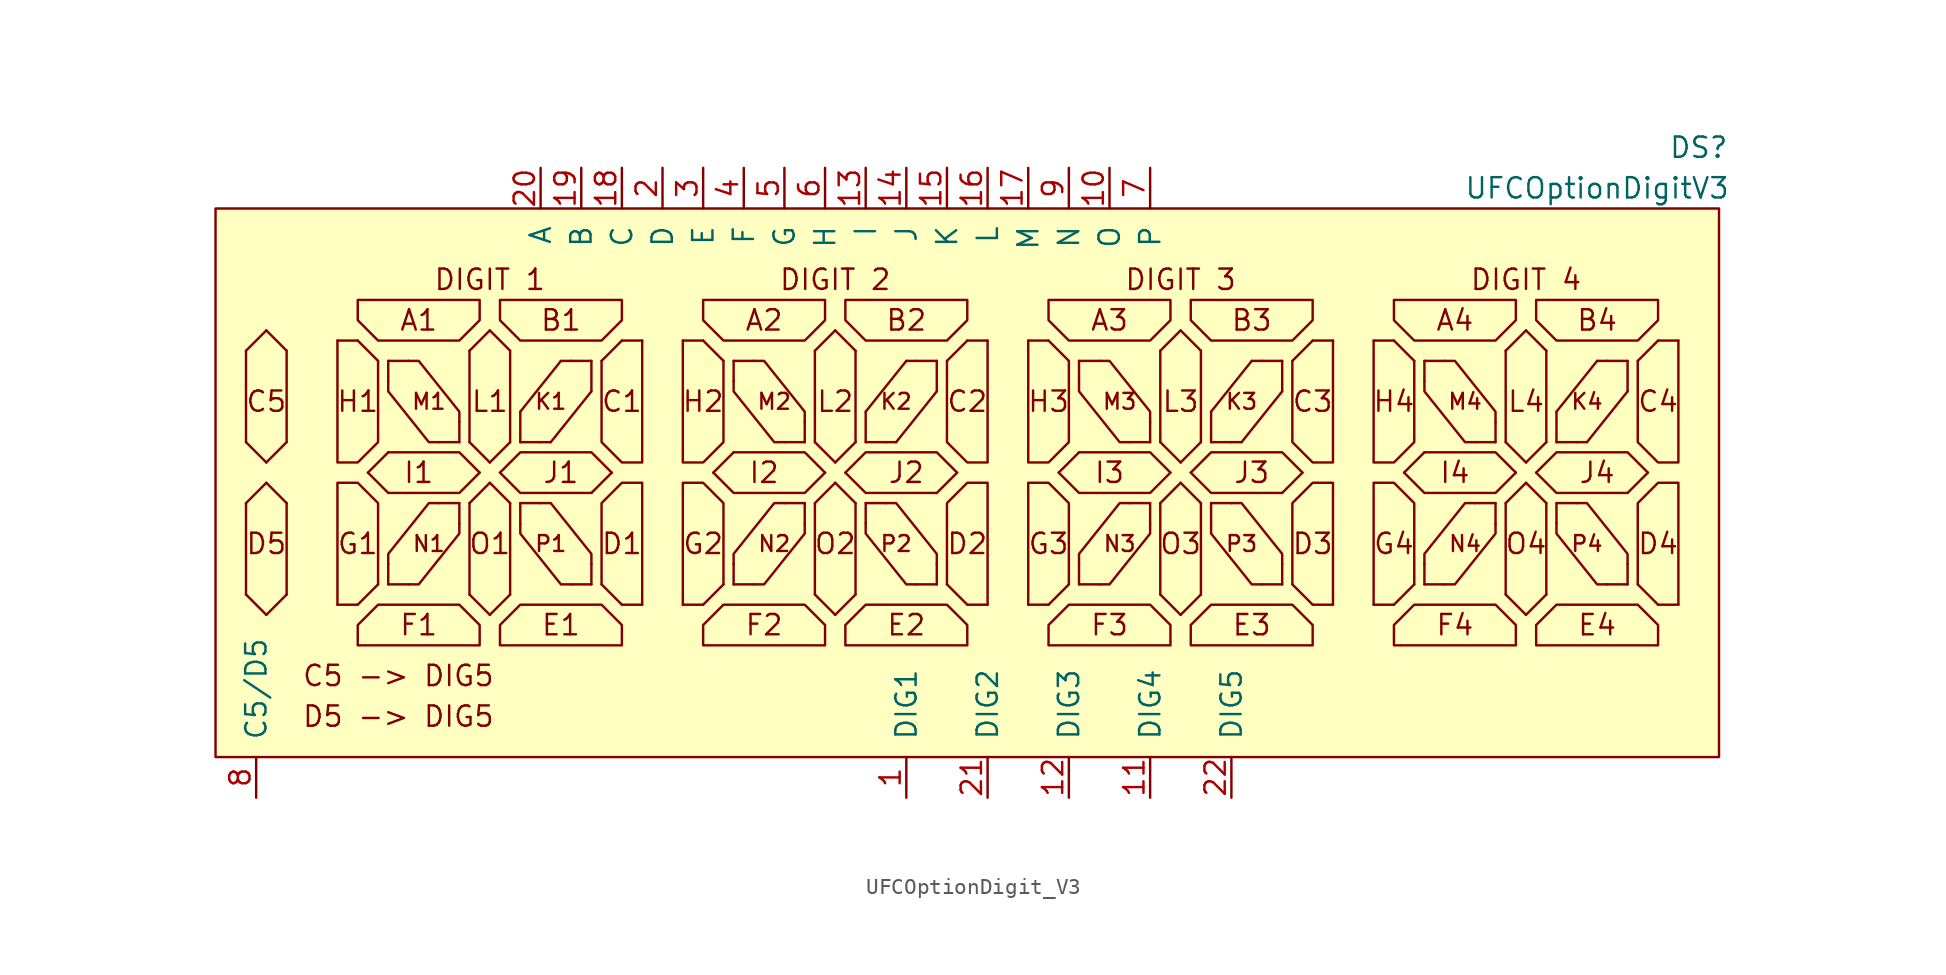
<source format=kicad_sym>
(kicad_symbol_lib
  (version 20231120)
  (generator "kicad_symbol_editor")
  (generator_version "8.0")
  (symbol "UFCOptionDigit_V3"
    (pin_names
      (offset 1.016))
    (property "Reference" "DS"
      (at 45.72 20.32 0)
      (effects (font (size 1.27 1.27))))
    (property "Value" "UFCOptionDigitV3"
      (at 39.37 17.78 0)
      (effects (font (size 1.27 1.27))))
    (symbol "UFCOptionDigit_V3_0_0"
      (rectangle (start -46.99 16.51) (end 46.99 -17.78) (stroke (width 0) (type default)) (fill (type background)))
      (polyline (pts (xy -27.94 1.905) (xy -27.94 3.81)) (stroke (width 0) (type default)) (fill (type none)))
      (polyline (pts (xy -27.94 3.81) (xy -25.4 6.985)) (stroke (width 0) (type default)) (fill (type none)))
      (polyline (pts (xy -26.67 1.905) (xy -26.035 1.905)) (stroke (width 0) (type default)) (fill (type none)))
      (polyline (pts (xy -26.035 1.905) (xy -23.495 5.08)) (stroke (width 0) (type default)) (fill (type none)))
      (polyline (pts (xy -24.765 6.985) (xy -25.4 6.985)) (stroke (width 0) (type default)) (fill (type none)))
      (polyline (pts (xy -23.495 6.985) (xy -23.495 5.08)) (stroke (width 0) (type default)) (fill (type none)))
      (polyline (pts (xy -6.35 1.905) (xy -6.35 3.81)) (stroke (width 0) (type default)) (fill (type none)))
      (polyline (pts (xy -6.35 3.81) (xy -3.81 6.985)) (stroke (width 0) (type default)) (fill (type none)))
      (polyline (pts (xy -5.08 1.905) (xy -4.445 1.905)) (stroke (width 0) (type default)) (fill (type none)))
      (polyline (pts (xy -4.445 1.905) (xy -1.905 5.08)) (stroke (width 0) (type default)) (fill (type none)))
      (polyline (pts (xy -3.175 6.985) (xy -3.81 6.985)) (stroke (width 0) (type default)) (fill (type none)))
      (polyline (pts (xy -1.905 6.985) (xy -1.905 5.08)) (stroke (width 0) (type default)) (fill (type none)))
      (polyline (pts (xy 15.24 1.905) (xy 15.24 3.81)) (stroke (width 0) (type default)) (fill (type none)))
      (polyline (pts (xy 15.24 3.81) (xy 17.78 6.985)) (stroke (width 0) (type default)) (fill (type none)))
      (polyline (pts (xy 16.51 1.905) (xy 17.145 1.905)) (stroke (width 0) (type default)) (fill (type none)))
      (polyline (pts (xy 17.145 1.905) (xy 19.685 5.08)) (stroke (width 0) (type default)) (fill (type none)))
      (polyline (pts (xy 18.415 6.985) (xy 17.78 6.985)) (stroke (width 0) (type default)) (fill (type none)))
      (polyline (pts (xy 19.685 6.985) (xy 19.685 5.08)) (stroke (width 0) (type default)) (fill (type none)))
      (polyline (pts (xy 36.83 1.905) (xy 36.83 3.81)) (stroke (width 0) (type default)) (fill (type none)))
      (polyline (pts (xy 36.83 3.81) (xy 39.37 6.985)) (stroke (width 0) (type default)) (fill (type none)))
      (polyline (pts (xy 38.1 1.905) (xy 38.735 1.905)) (stroke (width 0) (type default)) (fill (type none)))
      (polyline (pts (xy 38.735 1.905) (xy 41.275 5.08)) (stroke (width 0) (type default)) (fill (type none)))
      (polyline (pts (xy 40.005 6.985) (xy 39.37 6.985)) (stroke (width 0) (type default)) (fill (type none)))
      (polyline (pts (xy 41.275 6.985) (xy 41.275 5.08)) (stroke (width 0) (type default)) (fill (type none)))
      (polyline (pts (xy -36.195 -5.715) (xy -36.195 -5.08) (xy -33.655 -1.905) (xy -33.02 -1.905)) (stroke (width 0) (type default)) (fill (type none)))
      (polyline (pts (xy -34.925 6.985) (xy -34.29 6.985) (xy -31.75 3.81) (xy -31.75 3.175)) (stroke (width 0) (type default)) (fill (type none)))
      (polyline (pts (xy -33.02 1.905) (xy -33.655 1.905) (xy -36.195 5.08) (xy -36.195 5.715)) (stroke (width 0) (type default)) (fill (type none)))
      (polyline (pts (xy -31.75 -3.175) (xy -31.75 -3.81) (xy -34.29 -6.985) (xy -34.925 -6.985)) (stroke (width 0) (type default)) (fill (type none)))
      (polyline (pts (xy -27.94 -3.175) (xy -27.94 -3.81) (xy -25.4 -6.985) (xy -24.765 -6.985)) (stroke (width 0) (type default)) (fill (type none)))
      (polyline (pts (xy -23.495 -5.715) (xy -23.495 -5.08) (xy -26.035 -1.905) (xy -26.67 -1.905)) (stroke (width 0) (type default)) (fill (type none)))
      (polyline (pts (xy -14.605 -5.715) (xy -14.605 -5.08) (xy -12.065 -1.905) (xy -11.43 -1.905)) (stroke (width 0) (type default)) (fill (type none)))
      (polyline (pts (xy -13.335 6.985) (xy -12.7 6.985) (xy -10.16 3.81) (xy -10.16 3.175)) (stroke (width 0) (type default)) (fill (type none)))
      (polyline (pts (xy -11.43 1.905) (xy -12.065 1.905) (xy -14.605 5.08) (xy -14.605 5.715)) (stroke (width 0) (type default)) (fill (type none)))
      (polyline (pts (xy -10.16 -3.175) (xy -10.16 -3.81) (xy -12.7 -6.985) (xy -13.335 -6.985)) (stroke (width 0) (type default)) (fill (type none)))
      (polyline (pts (xy -6.35 -3.175) (xy -6.35 -3.81) (xy -3.81 -6.985) (xy -3.175 -6.985)) (stroke (width 0) (type default)) (fill (type none)))
      (polyline (pts (xy -1.905 -5.715) (xy -1.905 -5.08) (xy -4.445 -1.905) (xy -5.08 -1.905)) (stroke (width 0) (type default)) (fill (type none)))
      (polyline (pts (xy 6.985 -5.715) (xy 6.985 -5.08) (xy 9.525 -1.905) (xy 10.16 -1.905)) (stroke (width 0) (type default)) (fill (type none)))
      (polyline (pts (xy 8.255 6.985) (xy 8.89 6.985) (xy 11.43 3.81) (xy 11.43 3.175)) (stroke (width 0) (type default)) (fill (type none)))
      (polyline (pts (xy 10.16 1.905) (xy 9.525 1.905) (xy 6.985 5.08) (xy 6.985 5.715)) (stroke (width 0) (type default)) (fill (type none)))
      (polyline (pts (xy 11.43 -3.175) (xy 11.43 -3.81) (xy 8.89 -6.985) (xy 8.255 -6.985)) (stroke (width 0) (type default)) (fill (type none)))
      (polyline (pts (xy 15.24 -3.175) (xy 15.24 -3.81) (xy 17.78 -6.985) (xy 18.415 -6.985)) (stroke (width 0) (type default)) (fill (type none)))
      (polyline (pts (xy 19.685 -5.715) (xy 19.685 -5.08) (xy 17.145 -1.905) (xy 16.51 -1.905)) (stroke (width 0) (type default)) (fill (type none)))
      (polyline (pts (xy 28.575 -5.715) (xy 28.575 -5.08) (xy 31.115 -1.905) (xy 31.75 -1.905)) (stroke (width 0) (type default)) (fill (type none)))
      (polyline (pts (xy 29.845 6.985) (xy 30.48 6.985) (xy 33.02 3.81) (xy 33.02 3.175)) (stroke (width 0) (type default)) (fill (type none)))
      (polyline (pts (xy 31.75 1.905) (xy 31.115 1.905) (xy 28.575 5.08) (xy 28.575 5.715)) (stroke (width 0) (type default)) (fill (type none)))
      (polyline (pts (xy 33.02 -3.175) (xy 33.02 -3.81) (xy 30.48 -6.985) (xy 29.845 -6.985)) (stroke (width 0) (type default)) (fill (type none)))
      (polyline (pts (xy 36.83 -3.175) (xy 36.83 -3.81) (xy 39.37 -6.985) (xy 40.005 -6.985)) (stroke (width 0) (type default)) (fill (type none)))
      (polyline (pts (xy 41.275 -5.715) (xy 41.275 -5.08) (xy 38.735 -1.905) (xy 38.1 -1.905)) (stroke (width 0) (type default)) (fill (type none)))
      (text "A1" (at -34.29 9.525 0) (effects (font (size 1.27 1.27))))
      (text "A2" (at -12.7 9.525 0) (effects (font (size 1.27 1.27))))
      (text "A3" (at 8.89 9.525 0) (effects (font (size 1.27 1.27))))
      (text "A4" (at 30.48 9.525 0) (effects (font (size 1.27 1.27))))
      (text "B1" (at -25.4 9.525 0) (effects (font (size 1.27 1.27))))
      (text "B2" (at -3.81 9.525 0) (effects (font (size 1.27 1.27))))
      (text "B3" (at 17.78 9.525 0) (effects (font (size 1.27 1.27))))
      (text "B4" (at 39.37 9.525 0) (effects (font (size 1.27 1.27))))
      (text "C1" (at -21.59 4.445 0) (effects (font (size 1.27 1.27))))
      (text "C2" (at 0 4.445 0) (effects (font (size 1.27 1.27))))
      (text "C3" (at 21.59 4.445 0) (effects (font (size 1.27 1.27))))
      (text "C4" (at 43.18 4.445 0) (effects (font (size 1.27 1.27))))
      (text "C5" (at -43.815 4.445 0) (effects (font (size 1.27 1.27))))
      (text "D1" (at -21.59 -4.445 0) (effects (font (size 1.27 1.27))))
      (text "D2" (at 0 -4.445 0) (effects (font (size 1.27 1.27))))
      (text "D3" (at 21.59 -4.445 0) (effects (font (size 1.27 1.27))))
      (text "D4" (at 43.18 -4.445 0) (effects (font (size 1.27 1.27))))
      (text "D5" (at -43.815 -4.445 0) (effects (font (size 1.27 1.27))))
      (text "DIGIT 1" (at -29.845 12.065 0) (effects (font (size 1.27 1.27))))
      (text "DIGIT 2" (at -8.255 12.065 0) (effects (font (size 1.27 1.27))))
      (text "DIGIT 3" (at 13.335 12.065 0) (effects (font (size 1.27 1.27))))
      (text "DIGIT 4" (at 34.925 12.065 0) (effects (font (size 1.27 1.27))))
      (text "E1" (at -25.4 -9.525 0) (effects (font (size 1.27 1.27))))
      (text "E2" (at -3.81 -9.525 0) (effects (font (size 1.27 1.27))))
      (text "E3" (at 17.78 -9.525 0) (effects (font (size 1.27 1.27))))
      (text "E4" (at 39.37 -9.525 0) (effects (font (size 1.27 1.27))))
      (text "F1" (at -34.29 -9.525 0) (effects (font (size 1.27 1.27))))
      (text "F2" (at -12.7 -9.525 0) (effects (font (size 1.27 1.27))))
      (text "F3" (at 8.89 -9.525 0) (effects (font (size 1.27 1.27))))
      (text "F4" (at 30.48 -9.525 0) (effects (font (size 1.27 1.27))))
      (text "G1" (at -38.1 -4.445 0) (effects (font (size 1.27 1.27))))
      (text "G2" (at -16.51 -4.445 0) (effects (font (size 1.27 1.27))))
      (text "G3" (at 5.08 -4.445 0) (effects (font (size 1.27 1.27))))
      (text "G4" (at 26.67 -4.445 0) (effects (font (size 1.27 1.27))))
      (text "H1" (at -38.1 4.445 0) (effects (font (size 1.27 1.27))))
      (text "H2" (at -16.51 4.445 0) (effects (font (size 1.27 1.27))))
      (text "H3" (at 5.08 4.445 0) (effects (font (size 1.27 1.27))))
      (text "H4" (at 26.67 4.445 0) (effects (font (size 1.27 1.27))))
      (text "I1" (at -34.29 0 0) (effects (font (size 1.27 1.27))))
      (text "I2" (at -12.7 0 0) (effects (font (size 1.27 1.27))))
      (text "I3" (at 8.89 0 0) (effects (font (size 1.27 1.27))))
      (text "I4" (at 30.48 0 0) (effects (font (size 1.27 1.27))))
      (text "J1" (at -25.4 0 0) (effects (font (size 1.27 1.27))))
      (text "J2" (at -3.81 0 0) (effects (font (size 1.27 1.27))))
      (text "J3" (at 17.78 0 0) (effects (font (size 1.27 1.27))))
      (text "J4" (at 39.37 0 0) (effects (font (size 1.27 1.27))))
      (text "K1" (at -26.035 4.445 0) (effects (font (size 0.991 0.991))))
      (text "K2" (at -4.445 4.445 0) (effects (font (size 0.991 0.991))))
      (text "K3" (at 17.145 4.445 0) (effects (font (size 0.991 0.991))))
      (text "K4" (at 38.735 4.445 0) (effects (font (size 0.991 0.991))))
      (text "L1" (at -29.845 4.445 0) (effects (font (size 1.27 1.27))))
      (text "L2" (at -8.255 4.445 0) (effects (font (size 1.27 1.27))))
      (text "L3" (at 13.335 4.445 0) (effects (font (size 1.27 1.27))))
      (text "L4" (at 34.925 4.445 0) (effects (font (size 1.27 1.27))))
      (text "M1" (at -33.655 4.445 0) (effects (font (size 0.991 0.991))))
      (text "M2" (at -12.065 4.445 0) (effects (font (size 0.991 0.991))))
      (text "M3" (at 9.525 4.445 0) (effects (font (size 0.991 0.991))))
      (text "M4" (at 31.115 4.445 0) (effects (font (size 0.991 0.991))))
      (text "N1" (at -33.655 -4.445 0) (effects (font (size 0.991 0.991))))
      (text "N2" (at -12.065 -4.445 0) (effects (font (size 0.991 0.991))))
      (text "N3" (at 9.525 -4.445 0) (effects (font (size 0.991 0.991))))
      (text "N4" (at 31.115 -4.445 0) (effects (font (size 0.991 0.991))))
      (text "O1" (at -29.845 -4.445 0) (effects (font (size 1.27 1.27))))
      (text "O2" (at -8.255 -4.445 0) (effects (font (size 1.27 1.27))))
      (text "O3" (at 13.335 -4.445 0) (effects (font (size 1.27 1.27))))
      (text "O4" (at 34.925 -4.445 0) (effects (font (size 1.27 1.27))))
      (text "P1" (at -26.035 -4.445 0) (effects (font (size 0.991 0.991))))
      (text "P2" (at -4.445 -4.445 0) (effects (font (size 0.991 0.991))))
      (text "P3" (at 17.145 -4.445 0) (effects (font (size 0.991 0.991))))
      (text "P4" (at 38.735 -4.445 0) (effects (font (size 0.991 0.991))))
      (pin input line (at -3.81 -20.32 90) (length 2.54) (name "DIG1" (effects (font (size 1.27 1.27)))) (number "1" (effects (font (size 1.27 1.27)))))
      (pin input line (at 8.89 19.05 270) (length 2.54) (name "O" (effects (font (size 1.27 1.27)))) (number "10" (effects (font (size 1.27 1.27)))))
      (pin input line (at 11.43 -20.32 90) (length 2.54) (name "DIG4" (effects (font (size 1.27 1.27)))) (number "11" (effects (font (size 1.27 1.27)))))
      (pin input line (at 6.35 -20.32 90) (length 2.54) (name "DIG3" (effects (font (size 1.27 1.27)))) (number "12" (effects (font (size 1.27 1.27)))))
      (pin input line (at -6.35 19.05 270) (length 2.54) (name "I" (effects (font (size 1.27 1.27)))) (number "13" (effects (font (size 1.27 1.27)))))
      (pin input line (at -3.81 19.05 270) (length 2.54) (name "J" (effects (font (size 1.27 1.27)))) (number "14" (effects (font (size 1.27 1.27)))))
      (pin input line (at -1.27 19.05 270) (length 2.54) (name "K" (effects (font (size 1.27 1.27)))) (number "15" (effects (font (size 1.27 1.27)))))
      (pin input line (at 1.27 19.05 270) (length 2.54) (name "L" (effects (font (size 1.27 1.27)))) (number "16" (effects (font (size 1.27 1.27)))))
      (pin input line (at 3.81 19.05 270) (length 2.54) (name "M" (effects (font (size 1.27 1.27)))) (number "17" (effects (font (size 1.27 1.27)))))
      (pin input line (at -21.59 19.05 270) (length 2.54) (name "C" (effects (font (size 1.27 1.27)))) (number "18" (effects (font (size 1.27 1.27)))))
      (pin input line (at -24.13 19.05 270) (length 2.54) (name "B" (effects (font (size 1.27 1.27)))) (number "19" (effects (font (size 1.27 1.27)))))
      (pin input line (at -19.05 19.05 270) (length 2.54) (name "D" (effects (font (size 1.27 1.27)))) (number "2" (effects (font (size 1.27 1.27)))))
      (pin input line (at -26.67 19.05 270) (length 2.54) (name "A" (effects (font (size 1.27 1.27)))) (number "20" (effects (font (size 1.27 1.27)))))
      (pin input line (at 1.27 -20.32 90) (length 2.54) (name "DIG2" (effects (font (size 1.27 1.27)))) (number "21" (effects (font (size 1.27 1.27)))))
      (pin input line (at -16.51 19.05 270) (length 2.54) (name "E" (effects (font (size 1.27 1.27)))) (number "3" (effects (font (size 1.27 1.27)))))
      (pin input line (at -13.97 19.05 270) (length 2.54) (name "F" (effects (font (size 1.27 1.27)))) (number "4" (effects (font (size 1.27 1.27)))))
      (pin input line (at -11.43 19.05 270) (length 2.54) (name "G" (effects (font (size 1.27 1.27)))) (number "5" (effects (font (size 1.27 1.27)))))
      (pin input line (at -8.89 19.05 270) (length 2.54) (name "H" (effects (font (size 1.27 1.27)))) (number "6" (effects (font (size 1.27 1.27)))))
      (pin input line (at 11.43 19.05 270) (length 2.54) (name "P" (effects (font (size 1.27 1.27)))) (number "7" (effects (font (size 1.27 1.27)))))
      (pin input line (at -44.45 -20.32 90) (length 2.54) (name "C5/D5" (effects (font (size 1.27 1.27)))) (number "8" (effects (font (size 1.27 1.27)))))
      (pin input line (at 6.35 19.05 270) (length 2.54) (name "N" (effects (font (size 1.27 1.27)))) (number "9" (effects (font (size 1.27 1.27))))))
    (symbol "UFCOptionDigit_V3_0_1"
      (polyline (pts (xy -45.085 -7.62) (xy -45.085 -1.905)) (stroke (width 0) (type default)) (fill (type none)))
      (polyline (pts (xy -45.085 -1.905) (xy -43.815 -0.635)) (stroke (width 0) (type default)) (fill (type none)))
      (polyline (pts (xy -45.085 7.62) (xy -45.085 1.905)) (stroke (width 0) (type default)) (fill (type none)))
      (polyline (pts (xy -43.815 -8.89) (xy -45.085 -7.62)) (stroke (width 0) (type default)) (fill (type none)))
      (polyline (pts (xy -43.815 -8.89) (xy -42.545 -7.62)) (stroke (width 0) (type default)) (fill (type none)))
      (polyline (pts (xy -43.815 -0.635) (xy -42.545 -1.905)) (stroke (width 0) (type default)) (fill (type none)))
      (polyline (pts (xy -43.815 0.635) (xy -45.085 1.905)) (stroke (width 0) (type default)) (fill (type none)))
      (polyline (pts (xy -43.815 8.89) (xy -45.085 7.62)) (stroke (width 0) (type default)) (fill (type none)))
      (polyline (pts (xy -43.815 8.89) (xy -42.545 7.62)) (stroke (width 0) (type default)) (fill (type none)))
      (polyline (pts (xy -42.545 -7.62) (xy -42.545 -1.905)) (stroke (width 0) (type default)) (fill (type none)))
      (polyline (pts (xy -42.545 1.905) (xy -43.815 0.635)) (stroke (width 0) (type default)) (fill (type none)))
      (polyline (pts (xy -42.545 7.62) (xy -42.545 1.905)) (stroke (width 0) (type default)) (fill (type none)))
      (polyline (pts (xy -39.37 -8.255) (xy -38.1 -8.255)) (stroke (width 0) (type default)) (fill (type none)))
      (polyline (pts (xy -38.1 8.255) (xy -39.37 8.255)) (stroke (width 0) (type default)) (fill (type none)))
      (polyline (pts (xy -38.1 8.255) (xy -36.83 6.985)) (stroke (width 0) (type default)) (fill (type none)))
      (polyline (pts (xy -36.83 -6.985) (xy -38.1 -8.255)) (stroke (width 0) (type default)) (fill (type none)))
      (polyline (pts (xy -36.195 -6.985) (xy -36.195 -5.715)) (stroke (width 0) (type default)) (fill (type none)))
      (polyline (pts (xy -36.195 -6.985) (xy -34.925 -6.985)) (stroke (width 0) (type default)) (fill (type none)))
      (polyline (pts (xy -36.195 1.27) (xy -37.465 0)) (stroke (width 0) (type default)) (fill (type none)))
      (polyline (pts (xy -36.195 6.985) (xy -36.195 5.715)) (stroke (width 0) (type default)) (fill (type none)))
      (polyline (pts (xy -36.195 6.985) (xy -34.925 6.985)) (stroke (width 0) (type default)) (fill (type none)))
      (polyline (pts (xy -31.75 -1.905) (xy -33.02 -1.905)) (stroke (width 0) (type default)) (fill (type none)))
      (polyline (pts (xy -31.75 -1.905) (xy -31.75 -3.175)) (stroke (width 0) (type default)) (fill (type none)))
      (polyline (pts (xy -31.75 1.905) (xy -33.02 1.905)) (stroke (width 0) (type default)) (fill (type none)))
      (polyline (pts (xy -31.75 1.905) (xy -31.75 3.175)) (stroke (width 0) (type default)) (fill (type none)))
      (polyline (pts (xy -31.115 -7.62) (xy -31.115 -1.905)) (stroke (width 0) (type default)) (fill (type none)))
      (polyline (pts (xy -31.115 -1.905) (xy -29.845 -0.635)) (stroke (width 0) (type default)) (fill (type none)))
      (polyline (pts (xy -31.115 7.62) (xy -31.115 1.905)) (stroke (width 0) (type default)) (fill (type none)))
      (polyline (pts (xy -29.845 -8.89) (xy -31.115 -7.62)) (stroke (width 0) (type default)) (fill (type none)))
      (polyline (pts (xy -29.845 -8.89) (xy -28.575 -7.62)) (stroke (width 0) (type default)) (fill (type none)))
      (polyline (pts (xy -29.845 -0.635) (xy -28.575 -1.905)) (stroke (width 0) (type default)) (fill (type none)))
      (polyline (pts (xy -29.845 0.635) (xy -31.115 1.905)) (stroke (width 0) (type default)) (fill (type none)))
      (polyline (pts (xy -29.845 8.89) (xy -31.115 7.62)) (stroke (width 0) (type default)) (fill (type none)))
      (polyline (pts (xy -29.845 8.89) (xy -28.575 7.62)) (stroke (width 0) (type default)) (fill (type none)))
      (polyline (pts (xy -28.575 -7.62) (xy -28.575 -1.905)) (stroke (width 0) (type default)) (fill (type none)))
      (polyline (pts (xy -28.575 1.905) (xy -29.845 0.635)) (stroke (width 0) (type default)) (fill (type none)))
      (polyline (pts (xy -28.575 7.62) (xy -28.575 1.905)) (stroke (width 0) (type default)) (fill (type none)))
      (polyline (pts (xy -27.94 -1.905) (xy -27.94 -3.175)) (stroke (width 0) (type default)) (fill (type none)))
      (polyline (pts (xy -27.94 -1.905) (xy -26.67 -1.905)) (stroke (width 0) (type default)) (fill (type none)))
      (polyline (pts (xy -27.94 1.905) (xy -26.67 1.905)) (stroke (width 0) (type default)) (fill (type none)))
      (polyline (pts (xy -23.495 -6.985) (xy -24.765 -6.985)) (stroke (width 0) (type default)) (fill (type none)))
      (polyline (pts (xy -23.495 -6.985) (xy -23.495 -5.715)) (stroke (width 0) (type default)) (fill (type none)))
      (polyline (pts (xy -23.495 -1.27) (xy -22.225 0)) (stroke (width 0) (type default)) (fill (type none)))
      (polyline (pts (xy -23.495 6.985) (xy -24.765 6.985)) (stroke (width 0) (type default)) (fill (type none)))
      (polyline (pts (xy -22.86 6.985) (xy -21.59 8.255)) (stroke (width 0) (type default)) (fill (type none)))
      (polyline (pts (xy -21.59 -8.255) (xy -22.86 -6.985)) (stroke (width 0) (type default)) (fill (type none)))
      (polyline (pts (xy -21.59 -8.255) (xy -20.32 -8.255)) (stroke (width 0) (type default)) (fill (type none)))
      (polyline (pts (xy -20.32 8.255) (xy -21.59 8.255)) (stroke (width 0) (type default)) (fill (type none)))
      (polyline (pts (xy -17.78 -8.255) (xy -16.51 -8.255)) (stroke (width 0) (type default)) (fill (type none)))
      (polyline (pts (xy -16.51 8.255) (xy -17.78 8.255)) (stroke (width 0) (type default)) (fill (type none)))
      (polyline (pts (xy -16.51 8.255) (xy -15.24 6.985)) (stroke (width 0) (type default)) (fill (type none)))
      (polyline (pts (xy -15.24 -6.985) (xy -16.51 -8.255)) (stroke (width 0) (type default)) (fill (type none)))
      (polyline (pts (xy -14.605 -6.985) (xy -14.605 -5.715)) (stroke (width 0) (type default)) (fill (type none)))
      (polyline (pts (xy -14.605 -6.985) (xy -13.335 -6.985)) (stroke (width 0) (type default)) (fill (type none)))
      (polyline (pts (xy -14.605 1.27) (xy -15.875 0)) (stroke (width 0) (type default)) (fill (type none)))
      (polyline (pts (xy -14.605 6.985) (xy -14.605 5.715)) (stroke (width 0) (type default)) (fill (type none)))
      (polyline (pts (xy -14.605 6.985) (xy -13.335 6.985)) (stroke (width 0) (type default)) (fill (type none)))
      (polyline (pts (xy -10.16 -1.905) (xy -11.43 -1.905)) (stroke (width 0) (type default)) (fill (type none)))
      (polyline (pts (xy -10.16 -1.905) (xy -10.16 -3.175)) (stroke (width 0) (type default)) (fill (type none)))
      (polyline (pts (xy -10.16 1.905) (xy -11.43 1.905)) (stroke (width 0) (type default)) (fill (type none)))
      (polyline (pts (xy -10.16 1.905) (xy -10.16 3.175)) (stroke (width 0) (type default)) (fill (type none)))
      (polyline (pts (xy -9.525 -7.62) (xy -9.525 -1.905)) (stroke (width 0) (type default)) (fill (type none)))
      (polyline (pts (xy -9.525 -1.905) (xy -8.255 -0.635)) (stroke (width 0) (type default)) (fill (type none)))
      (polyline (pts (xy -9.525 7.62) (xy -9.525 1.905)) (stroke (width 0) (type default)) (fill (type none)))
      (polyline (pts (xy -8.255 -8.89) (xy -9.525 -7.62)) (stroke (width 0) (type default)) (fill (type none)))
      (polyline (pts (xy -8.255 -8.89) (xy -6.985 -7.62)) (stroke (width 0) (type default)) (fill (type none)))
      (polyline (pts (xy -8.255 -0.635) (xy -6.985 -1.905)) (stroke (width 0) (type default)) (fill (type none)))
      (polyline (pts (xy -8.255 0.635) (xy -9.525 1.905)) (stroke (width 0) (type default)) (fill (type none)))
      (polyline (pts (xy -8.255 8.89) (xy -9.525 7.62)) (stroke (width 0) (type default)) (fill (type none)))
      (polyline (pts (xy -8.255 8.89) (xy -6.985 7.62)) (stroke (width 0) (type default)) (fill (type none)))
      (polyline (pts (xy -6.985 -7.62) (xy -6.985 -1.905)) (stroke (width 0) (type default)) (fill (type none)))
      (polyline (pts (xy -6.985 1.905) (xy -8.255 0.635)) (stroke (width 0) (type default)) (fill (type none)))
      (polyline (pts (xy -6.985 7.62) (xy -6.985 1.905)) (stroke (width 0) (type default)) (fill (type none)))
      (polyline (pts (xy -6.35 -1.905) (xy -6.35 -3.175)) (stroke (width 0) (type default)) (fill (type none)))
      (polyline (pts (xy -6.35 -1.905) (xy -5.08 -1.905)) (stroke (width 0) (type default)) (fill (type none)))
      (polyline (pts (xy -6.35 1.905) (xy -5.08 1.905)) (stroke (width 0) (type default)) (fill (type none)))
      (polyline (pts (xy -1.905 -6.985) (xy -3.175 -6.985)) (stroke (width 0) (type default)) (fill (type none)))
      (polyline (pts (xy -1.905 -6.985) (xy -1.905 -5.715)) (stroke (width 0) (type default)) (fill (type none)))
      (polyline (pts (xy -1.905 -1.27) (xy -0.635 0)) (stroke (width 0) (type default)) (fill (type none)))
      (polyline (pts (xy -1.905 6.985) (xy -3.175 6.985)) (stroke (width 0) (type default)) (fill (type none)))
      (polyline (pts (xy -1.27 6.985) (xy 0 8.255)) (stroke (width 0) (type default)) (fill (type none)))
      (polyline (pts (xy 0 -8.255) (xy -1.27 -6.985)) (stroke (width 0) (type default)) (fill (type none)))
      (polyline (pts (xy 0 -8.255) (xy 1.27 -8.255)) (stroke (width 0) (type default)) (fill (type none)))
      (polyline (pts (xy 1.27 8.255) (xy 0 8.255)) (stroke (width 0) (type default)) (fill (type none)))
      (polyline (pts (xy 3.81 -8.255) (xy 5.08 -8.255)) (stroke (width 0) (type default)) (fill (type none)))
      (polyline (pts (xy 5.08 8.255) (xy 3.81 8.255)) (stroke (width 0) (type default)) (fill (type none)))
      (polyline (pts (xy 5.08 8.255) (xy 6.35 6.985)) (stroke (width 0) (type default)) (fill (type none)))
      (polyline (pts (xy 6.35 -6.985) (xy 5.08 -8.255)) (stroke (width 0) (type default)) (fill (type none)))
      (polyline (pts (xy 6.985 -6.985) (xy 6.985 -5.715)) (stroke (width 0) (type default)) (fill (type none)))
      (polyline (pts (xy 6.985 -6.985) (xy 8.255 -6.985)) (stroke (width 0) (type default)) (fill (type none)))
      (polyline (pts (xy 6.985 1.27) (xy 5.715 0)) (stroke (width 0) (type default)) (fill (type none)))
      (polyline (pts (xy 6.985 6.985) (xy 6.985 5.715)) (stroke (width 0) (type default)) (fill (type none)))
      (polyline (pts (xy 6.985 6.985) (xy 8.255 6.985)) (stroke (width 0) (type default)) (fill (type none)))
      (polyline (pts (xy 11.43 -1.905) (xy 10.16 -1.905)) (stroke (width 0) (type default)) (fill (type none)))
      (polyline (pts (xy 11.43 -1.905) (xy 11.43 -3.175)) (stroke (width 0) (type default)) (fill (type none)))
      (polyline (pts (xy 11.43 1.905) (xy 10.16 1.905)) (stroke (width 0) (type default)) (fill (type none)))
      (polyline (pts (xy 11.43 1.905) (xy 11.43 3.175)) (stroke (width 0) (type default)) (fill (type none)))
      (polyline (pts (xy 12.065 -7.62) (xy 12.065 -1.905)) (stroke (width 0) (type default)) (fill (type none)))
      (polyline (pts (xy 12.065 -1.905) (xy 13.335 -0.635)) (stroke (width 0) (type default)) (fill (type none)))
      (polyline (pts (xy 12.065 7.62) (xy 12.065 1.905)) (stroke (width 0) (type default)) (fill (type none)))
      (polyline (pts (xy 13.335 -8.89) (xy 12.065 -7.62)) (stroke (width 0) (type default)) (fill (type none)))
      (polyline (pts (xy 13.335 -8.89) (xy 14.605 -7.62)) (stroke (width 0) (type default)) (fill (type none)))
      (polyline (pts (xy 13.335 -0.635) (xy 14.605 -1.905)) (stroke (width 0) (type default)) (fill (type none)))
      (polyline (pts (xy 13.335 0.635) (xy 12.065 1.905)) (stroke (width 0) (type default)) (fill (type none)))
      (polyline (pts (xy 13.335 8.89) (xy 12.065 7.62)) (stroke (width 0) (type default)) (fill (type none)))
      (polyline (pts (xy 13.335 8.89) (xy 14.605 7.62)) (stroke (width 0) (type default)) (fill (type none)))
      (polyline (pts (xy 14.605 -7.62) (xy 14.605 -1.905)) (stroke (width 0) (type default)) (fill (type none)))
      (polyline (pts (xy 14.605 1.905) (xy 13.335 0.635)) (stroke (width 0) (type default)) (fill (type none)))
      (polyline (pts (xy 14.605 7.62) (xy 14.605 1.905)) (stroke (width 0) (type default)) (fill (type none)))
      (polyline (pts (xy 15.24 -1.905) (xy 15.24 -3.175)) (stroke (width 0) (type default)) (fill (type none)))
      (polyline (pts (xy 15.24 -1.905) (xy 16.51 -1.905)) (stroke (width 0) (type default)) (fill (type none)))
      (polyline (pts (xy 15.24 1.905) (xy 16.51 1.905)) (stroke (width 0) (type default)) (fill (type none)))
      (polyline (pts (xy 19.685 -6.985) (xy 18.415 -6.985)) (stroke (width 0) (type default)) (fill (type none)))
      (polyline (pts (xy 19.685 -6.985) (xy 19.685 -5.715)) (stroke (width 0) (type default)) (fill (type none)))
      (polyline (pts (xy 19.685 -1.27) (xy 20.955 0)) (stroke (width 0) (type default)) (fill (type none)))
      (polyline (pts (xy 19.685 6.985) (xy 18.415 6.985)) (stroke (width 0) (type default)) (fill (type none)))
      (polyline (pts (xy 20.32 6.985) (xy 21.59 8.255)) (stroke (width 0) (type default)) (fill (type none)))
      (polyline (pts (xy 21.59 -8.255) (xy 20.32 -6.985)) (stroke (width 0) (type default)) (fill (type none)))
      (polyline (pts (xy 21.59 -8.255) (xy 22.86 -8.255)) (stroke (width 0) (type default)) (fill (type none)))
      (polyline (pts (xy 22.86 8.255) (xy 21.59 8.255)) (stroke (width 0) (type default)) (fill (type none)))
      (polyline (pts (xy 25.4 -8.255) (xy 26.67 -8.255)) (stroke (width 0) (type default)) (fill (type none)))
      (polyline (pts (xy 26.67 8.255) (xy 25.4 8.255)) (stroke (width 0) (type default)) (fill (type none)))
      (polyline (pts (xy 26.67 8.255) (xy 27.94 6.985)) (stroke (width 0) (type default)) (fill (type none)))
      (polyline (pts (xy 27.94 -6.985) (xy 26.67 -8.255)) (stroke (width 0) (type default)) (fill (type none)))
      (polyline (pts (xy 28.575 -6.985) (xy 28.575 -5.715)) (stroke (width 0) (type default)) (fill (type none)))
      (polyline (pts (xy 28.575 -6.985) (xy 29.845 -6.985)) (stroke (width 0) (type default)) (fill (type none)))
      (polyline (pts (xy 28.575 1.27) (xy 27.305 0)) (stroke (width 0) (type default)) (fill (type none)))
      (polyline (pts (xy 28.575 6.985) (xy 28.575 5.715)) (stroke (width 0) (type default)) (fill (type none)))
      (polyline (pts (xy 28.575 6.985) (xy 29.845 6.985)) (stroke (width 0) (type default)) (fill (type none)))
      (polyline (pts (xy 33.02 -1.905) (xy 31.75 -1.905)) (stroke (width 0) (type default)) (fill (type none)))
      (polyline (pts (xy 33.02 -1.905) (xy 33.02 -3.175)) (stroke (width 0) (type default)) (fill (type none)))
      (polyline (pts (xy 33.02 1.905) (xy 31.75 1.905)) (stroke (width 0) (type default)) (fill (type none)))
      (polyline (pts (xy 33.02 1.905) (xy 33.02 3.175)) (stroke (width 0) (type default)) (fill (type none)))
      (polyline (pts (xy 33.655 -7.62) (xy 33.655 -1.905)) (stroke (width 0) (type default)) (fill (type none)))
      (polyline (pts (xy 33.655 -1.905) (xy 34.925 -0.635)) (stroke (width 0) (type default)) (fill (type none)))
      (polyline (pts (xy 33.655 7.62) (xy 33.655 1.905)) (stroke (width 0) (type default)) (fill (type none)))
      (polyline (pts (xy 34.925 -8.89) (xy 33.655 -7.62)) (stroke (width 0) (type default)) (fill (type none)))
      (polyline (pts (xy 34.925 -8.89) (xy 36.195 -7.62)) (stroke (width 0) (type default)) (fill (type none)))
      (polyline (pts (xy 34.925 -0.635) (xy 36.195 -1.905)) (stroke (width 0) (type default)) (fill (type none)))
      (polyline (pts (xy 34.925 0.635) (xy 33.655 1.905)) (stroke (width 0) (type default)) (fill (type none)))
      (polyline (pts (xy 34.925 8.89) (xy 33.655 7.62)) (stroke (width 0) (type default)) (fill (type none)))
      (polyline (pts (xy 34.925 8.89) (xy 36.195 7.62)) (stroke (width 0) (type default)) (fill (type none)))
      (polyline (pts (xy 36.195 -7.62) (xy 36.195 -1.905)) (stroke (width 0) (type default)) (fill (type none)))
      (polyline (pts (xy 36.195 1.905) (xy 34.925 0.635)) (stroke (width 0) (type default)) (fill (type none)))
      (polyline (pts (xy 36.195 7.62) (xy 36.195 1.905)) (stroke (width 0) (type default)) (fill (type none)))
      (polyline (pts (xy 36.83 -1.905) (xy 36.83 -3.175)) (stroke (width 0) (type default)) (fill (type none)))
      (polyline (pts (xy 36.83 -1.905) (xy 38.1 -1.905)) (stroke (width 0) (type default)) (fill (type none)))
      (polyline (pts (xy 36.83 1.905) (xy 38.1 1.905)) (stroke (width 0) (type default)) (fill (type none)))
      (polyline (pts (xy 41.275 -6.985) (xy 40.005 -6.985)) (stroke (width 0) (type default)) (fill (type none)))
      (polyline (pts (xy 41.275 -6.985) (xy 41.275 -5.715)) (stroke (width 0) (type default)) (fill (type none)))
      (polyline (pts (xy 41.275 -1.27) (xy 42.545 0)) (stroke (width 0) (type default)) (fill (type none)))
      (polyline (pts (xy 41.275 6.985) (xy 40.005 6.985)) (stroke (width 0) (type default)) (fill (type none)))
      (polyline (pts (xy 41.91 6.985) (xy 43.18 8.255)) (stroke (width 0) (type default)) (fill (type none)))
      (polyline (pts (xy 43.18 -8.255) (xy 41.91 -6.985)) (stroke (width 0) (type default)) (fill (type none)))
      (polyline (pts (xy 43.18 -8.255) (xy 44.45 -8.255)) (stroke (width 0) (type default)) (fill (type none)))
      (polyline (pts (xy 44.45 8.255) (xy 43.18 8.255)) (stroke (width 0) (type default)) (fill (type none)))
      (polyline (pts (xy -36.195 1.27) (xy -31.75 1.27) (xy -30.48 0)) (stroke (width 0) (type default)) (fill (type none)))
      (polyline (pts (xy -23.495 -1.27) (xy -27.94 -1.27) (xy -29.21 0)) (stroke (width 0) (type default)) (fill (type none)))
      (polyline (pts (xy -14.605 1.27) (xy -10.16 1.27) (xy -8.89 0)) (stroke (width 0) (type default)) (fill (type none)))
      (polyline (pts (xy -1.905 -1.27) (xy -6.35 -1.27) (xy -7.62 0)) (stroke (width 0) (type default)) (fill (type none)))
      (polyline (pts (xy 6.985 1.27) (xy 11.43 1.27) (xy 12.7 0)) (stroke (width 0) (type default)) (fill (type none)))
      (polyline (pts (xy 19.685 -1.27) (xy 15.24 -1.27) (xy 13.97 0)) (stroke (width 0) (type default)) (fill (type none)))
      (polyline (pts (xy 28.575 1.27) (xy 33.02 1.27) (xy 34.29 0)) (stroke (width 0) (type default)) (fill (type none)))
      (polyline (pts (xy 41.275 -1.27) (xy 36.83 -1.27) (xy 35.56 0)) (stroke (width 0) (type default)) (fill (type none)))
      (polyline (pts (xy -30.48 0) (xy -31.75 -1.27) (xy -36.195 -1.27) (xy -37.465 0)) (stroke (width 0) (type default)) (fill (type none)))
      (polyline (pts (xy -29.21 0) (xy -27.94 1.27) (xy -23.495 1.27) (xy -22.225 0)) (stroke (width 0) (type default)) (fill (type none)))
      (polyline (pts (xy -8.89 0) (xy -10.16 -1.27) (xy -14.605 -1.27) (xy -15.875 0)) (stroke (width 0) (type default)) (fill (type none)))
      (polyline (pts (xy -7.62 0) (xy -6.35 1.27) (xy -1.905 1.27) (xy -0.635 0)) (stroke (width 0) (type default)) (fill (type none)))
      (polyline (pts (xy 12.7 0) (xy 11.43 -1.27) (xy 6.985 -1.27) (xy 5.715 0)) (stroke (width 0) (type default)) (fill (type none)))
      (polyline (pts (xy 13.97 0) (xy 15.24 1.27) (xy 19.685 1.27) (xy 20.955 0)) (stroke (width 0) (type default)) (fill (type none)))
      (polyline (pts (xy 34.29 0) (xy 33.02 -1.27) (xy 28.575 -1.27) (xy 27.305 0)) (stroke (width 0) (type default)) (fill (type none)))
      (polyline (pts (xy 35.56 0) (xy 36.83 1.27) (xy 41.275 1.27) (xy 42.545 0)) (stroke (width 0) (type default)) (fill (type none)))
      (polyline (pts (xy -36.83 -6.985) (xy -36.83 -1.905) (xy -38.1 -0.635) (xy -39.37 -0.635) (xy -39.37 -8.255)) (stroke (width 0) (type default)) (fill (type none)))
      (polyline (pts (xy -36.83 6.985) (xy -36.83 1.905) (xy -38.1 0.635) (xy -39.37 0.635) (xy -39.37 8.255)) (stroke (width 0) (type default)) (fill (type none)))
      (polyline (pts (xy -22.86 -6.985) (xy -22.86 -1.905) (xy -21.59 -0.635) (xy -20.32 -0.635) (xy -20.32 -8.255)) (stroke (width 0) (type default)) (fill (type none)))
      (polyline (pts (xy -22.86 6.985) (xy -22.86 1.905) (xy -21.59 0.635) (xy -20.32 0.635) (xy -20.32 8.255)) (stroke (width 0) (type default)) (fill (type none)))
      (polyline (pts (xy -15.24 -6.985) (xy -15.24 -1.905) (xy -16.51 -0.635) (xy -17.78 -0.635) (xy -17.78 -8.255)) (stroke (width 0) (type default)) (fill (type none)))
      (polyline (pts (xy -15.24 6.985) (xy -15.24 1.905) (xy -16.51 0.635) (xy -17.78 0.635) (xy -17.78 8.255)) (stroke (width 0) (type default)) (fill (type none)))
      (polyline (pts (xy -1.27 -6.985) (xy -1.27 -1.905) (xy 0 -0.635) (xy 1.27 -0.635) (xy 1.27 -8.255)) (stroke (width 0) (type default)) (fill (type none)))
      (polyline (pts (xy -1.27 6.985) (xy -1.27 1.905) (xy 0 0.635) (xy 1.27 0.635) (xy 1.27 8.255)) (stroke (width 0) (type default)) (fill (type none)))
      (polyline (pts (xy 6.35 -6.985) (xy 6.35 -1.905) (xy 5.08 -0.635) (xy 3.81 -0.635) (xy 3.81 -8.255)) (stroke (width 0) (type default)) (fill (type none)))
      (polyline (pts (xy 6.35 6.985) (xy 6.35 1.905) (xy 5.08 0.635) (xy 3.81 0.635) (xy 3.81 8.255)) (stroke (width 0) (type default)) (fill (type none)))
      (polyline (pts (xy 20.32 -6.985) (xy 20.32 -1.905) (xy 21.59 -0.635) (xy 22.86 -0.635) (xy 22.86 -8.255)) (stroke (width 0) (type default)) (fill (type none)))
      (polyline (pts (xy 20.32 6.985) (xy 20.32 1.905) (xy 21.59 0.635) (xy 22.86 0.635) (xy 22.86 8.255)) (stroke (width 0) (type default)) (fill (type none)))
      (polyline (pts (xy 27.94 -6.985) (xy 27.94 -1.905) (xy 26.67 -0.635) (xy 25.4 -0.635) (xy 25.4 -8.255)) (stroke (width 0) (type default)) (fill (type none)))
      (polyline (pts (xy 27.94 6.985) (xy 27.94 1.905) (xy 26.67 0.635) (xy 25.4 0.635) (xy 25.4 8.255)) (stroke (width 0) (type default)) (fill (type none)))
      (polyline (pts (xy 41.91 -6.985) (xy 41.91 -1.905) (xy 43.18 -0.635) (xy 44.45 -0.635) (xy 44.45 -8.255)) (stroke (width 0) (type default)) (fill (type none)))
      (polyline (pts (xy 41.91 6.985) (xy 41.91 1.905) (xy 43.18 0.635) (xy 44.45 0.635) (xy 44.45 8.255)) (stroke (width 0) (type default)) (fill (type none)))
      (polyline (pts (xy -30.48 -10.795) (xy -30.48 -9.525) (xy -31.75 -8.255) (xy -36.83 -8.255) (xy -38.1 -9.525) (xy -38.1 -10.795) (xy -30.48 -10.795)) (stroke (width 0) (type default)) (fill (type none)))
      (polyline (pts (xy -29.21 10.795) (xy -29.21 9.525) (xy -27.94 8.255) (xy -22.86 8.255) (xy -21.59 9.525) (xy -21.59 10.795) (xy -29.21 10.795)) (stroke (width 0) (type default)) (fill (type none)))
      (polyline (pts (xy -8.89 -10.795) (xy -8.89 -9.525) (xy -10.16 -8.255) (xy -15.24 -8.255) (xy -16.51 -9.525) (xy -16.51 -10.795) (xy -8.89 -10.795)) (stroke (width 0) (type default)) (fill (type none)))
      (polyline (pts (xy -7.62 10.795) (xy -7.62 9.525) (xy -6.35 8.255) (xy -1.27 8.255) (xy 0 9.525) (xy 0 10.795) (xy -7.62 10.795)) (stroke (width 0) (type default)) (fill (type none)))
      (polyline (pts (xy 12.7 -10.795) (xy 12.7 -9.525) (xy 11.43 -8.255) (xy 6.35 -8.255) (xy 5.08 -9.525) (xy 5.08 -10.795) (xy 12.7 -10.795)) (stroke (width 0) (type default)) (fill (type none)))
      (polyline (pts (xy 13.97 10.795) (xy 13.97 9.525) (xy 15.24 8.255) (xy 20.32 8.255) (xy 21.59 9.525) (xy 21.59 10.795) (xy 13.97 10.795)) (stroke (width 0) (type default)) (fill (type none)))
      (polyline (pts (xy 34.29 -10.795) (xy 34.29 -9.525) (xy 33.02 -8.255) (xy 27.94 -8.255) (xy 26.67 -9.525) (xy 26.67 -10.795) (xy 34.29 -10.795)) (stroke (width 0) (type default)) (fill (type none)))
      (polyline (pts (xy 35.56 10.795) (xy 35.56 9.525) (xy 36.83 8.255) (xy 41.91 8.255) (xy 43.18 9.525) (xy 43.18 10.795) (xy 35.56 10.795)) (stroke (width 0) (type default)) (fill (type none)))
      (polyline (pts (xy -30.48 9.525) (xy -30.48 10.795) (xy -30.48 9.525) (xy -31.75 8.255) (xy -36.83 8.255) (xy -38.1 9.525) (xy -38.1 10.795) (xy -30.48 10.795)) (stroke (width 0) (type default)) (fill (type none)))
      (polyline (pts (xy -29.21 -9.525) (xy -29.21 -10.795) (xy -29.21 -9.525) (xy -27.94 -8.255) (xy -22.86 -8.255) (xy -21.59 -9.525) (xy -21.59 -10.795) (xy -29.21 -10.795)) (stroke (width 0) (type default)) (fill (type none)))
      (polyline (pts (xy -8.89 9.525) (xy -8.89 10.795) (xy -8.89 9.525) (xy -10.16 8.255) (xy -15.24 8.255) (xy -16.51 9.525) (xy -16.51 10.795) (xy -8.89 10.795)) (stroke (width 0) (type default)) (fill (type none)))
      (polyline (pts (xy -7.62 -9.525) (xy -7.62 -10.795) (xy -7.62 -9.525) (xy -6.35 -8.255) (xy -1.27 -8.255) (xy 0 -9.525) (xy 0 -10.795) (xy -7.62 -10.795)) (stroke (width 0) (type default)) (fill (type none)))
      (polyline (pts (xy 12.7 9.525) (xy 12.7 10.795) (xy 12.7 9.525) (xy 11.43 8.255) (xy 6.35 8.255) (xy 5.08 9.525) (xy 5.08 10.795) (xy 12.7 10.795)) (stroke (width 0) (type default)) (fill (type none)))
      (polyline (pts (xy 13.97 -9.525) (xy 13.97 -10.795) (xy 13.97 -9.525) (xy 15.24 -8.255) (xy 20.32 -8.255) (xy 21.59 -9.525) (xy 21.59 -10.795) (xy 13.97 -10.795)) (stroke (width 0) (type default)) (fill (type none)))
      (polyline (pts (xy 34.29 9.525) (xy 34.29 10.795) (xy 34.29 9.525) (xy 33.02 8.255) (xy 27.94 8.255) (xy 26.67 9.525) (xy 26.67 10.795) (xy 34.29 10.795)) (stroke (width 0) (type default)) (fill (type none)))
      (polyline (pts (xy 35.56 -9.525) (xy 35.56 -10.795) (xy 35.56 -9.525) (xy 36.83 -8.255) (xy 41.91 -8.255) (xy 43.18 -9.525) (xy 43.18 -10.795) (xy 35.56 -10.795)) (stroke (width 0) (type default)) (fill (type none))))
    (symbol "UFCOptionDigit_V3_1_0"
      (text "C5 -> DIG5" (at -35.56 -12.7 0) (effects (font (size 1.27 1.27))))
      (text "D5 -> DIG5" (at -35.56 -15.24 0) (effects (font (size 1.27 1.27))))
      (pin input line (at 16.51 -20.32 90) (length 2.54) (name "DIG5" (effects (font (size 1.27 1.27)))) (number "22" (effects (font (size 1.27 1.27))))))))
</source>
